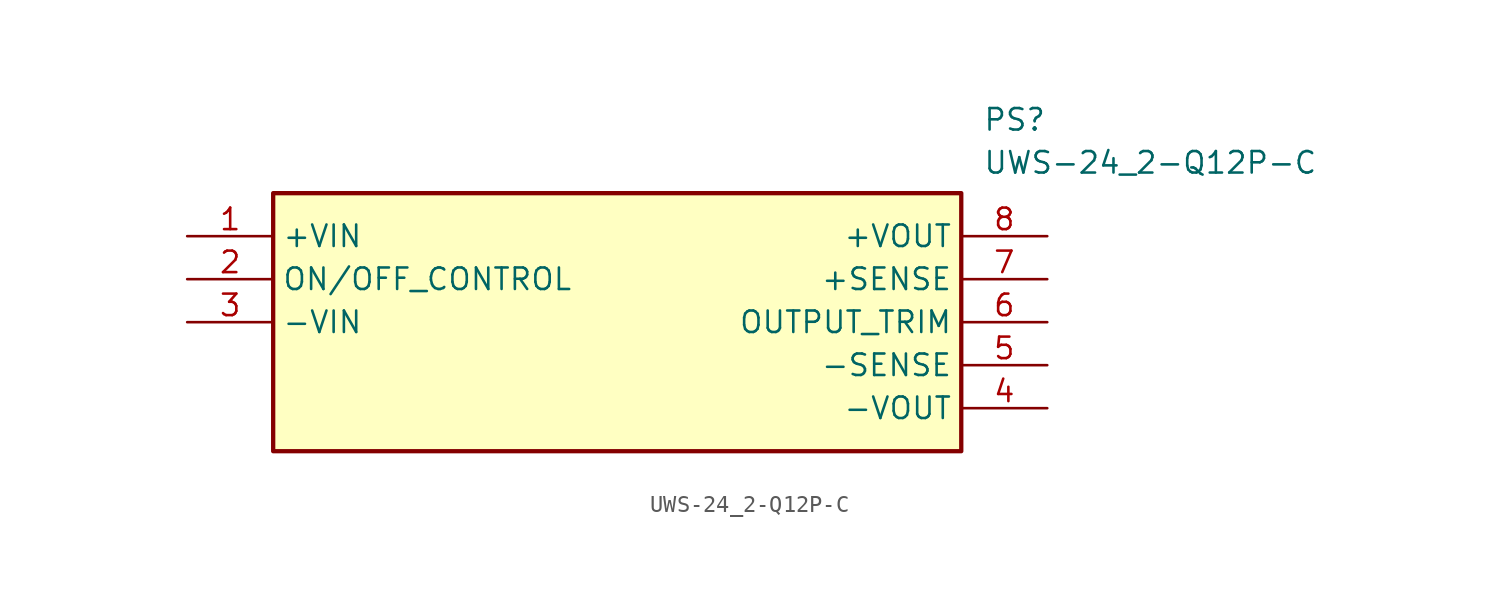
<source format=kicad_sym>
(kicad_symbol_lib
  (version 20211014)
  (generator SamacSys_ECAD_Model)
  (symbol "UWS-24_2-Q12P-C"
    (property "Reference" "PS"
      (at 46.99 7.62 0)
      (effects (font (size 1.27 1.27)) (justify left top)))
    (property "Value" "UWS-24_2-Q12P-C"
      (at 46.99 5.08 0)
      (effects (font (size 1.27 1.27)) (justify left top)))
    (rectangle
      (start 5.08 2.54)
      (end 45.72 -12.7)
      (stroke (width 0.254) (type default))
      (fill (type background)))
    (pin passive line
      (at 0 0 0)
      (length 5.08)
      (name "+VIN" (effects (font (size 1.27 1.27))))
      (number "1" (effects (font (size 1.27 1.27)))))
    (pin passive line
      (at 0 -2.54 0)
      (length 5.08)
      (name "ON/OFF_CONTROL" (effects (font (size 1.27 1.27))))
      (number "2" (effects (font (size 1.27 1.27)))))
    (pin passive line
      (at 0 -5.08 0)
      (length 5.08)
      (name "-VIN" (effects (font (size 1.27 1.27))))
      (number "3" (effects (font (size 1.27 1.27)))))
    (pin passive line
      (at 50.8 -10.16 180)
      (length 5.08)
      (name "-VOUT" (effects (font (size 1.27 1.27))))
      (number "4" (effects (font (size 1.27 1.27)))))
    (pin passive line
      (at 50.8 -7.62 180)
      (length 5.08)
      (name "-SENSE" (effects (font (size 1.27 1.27))))
      (number "5" (effects (font (size 1.27 1.27)))))
    (pin passive line
      (at 50.8 -5.08 180)
      (length 5.08)
      (name "OUTPUT_TRIM" (effects (font (size 1.27 1.27))))
      (number "6" (effects (font (size 1.27 1.27)))))
    (pin passive line
      (at 50.8 -2.54 180)
      (length 5.08)
      (name "+SENSE" (effects (font (size 1.27 1.27))))
      (number "7" (effects (font (size 1.27 1.27)))))
    (pin passive line
      (at 50.8 0 180)
      (length 5.08)
      (name "+VOUT" (effects (font (size 1.27 1.27))))
      (number "8" (effects (font (size 1.27 1.27)))))))
</source>
